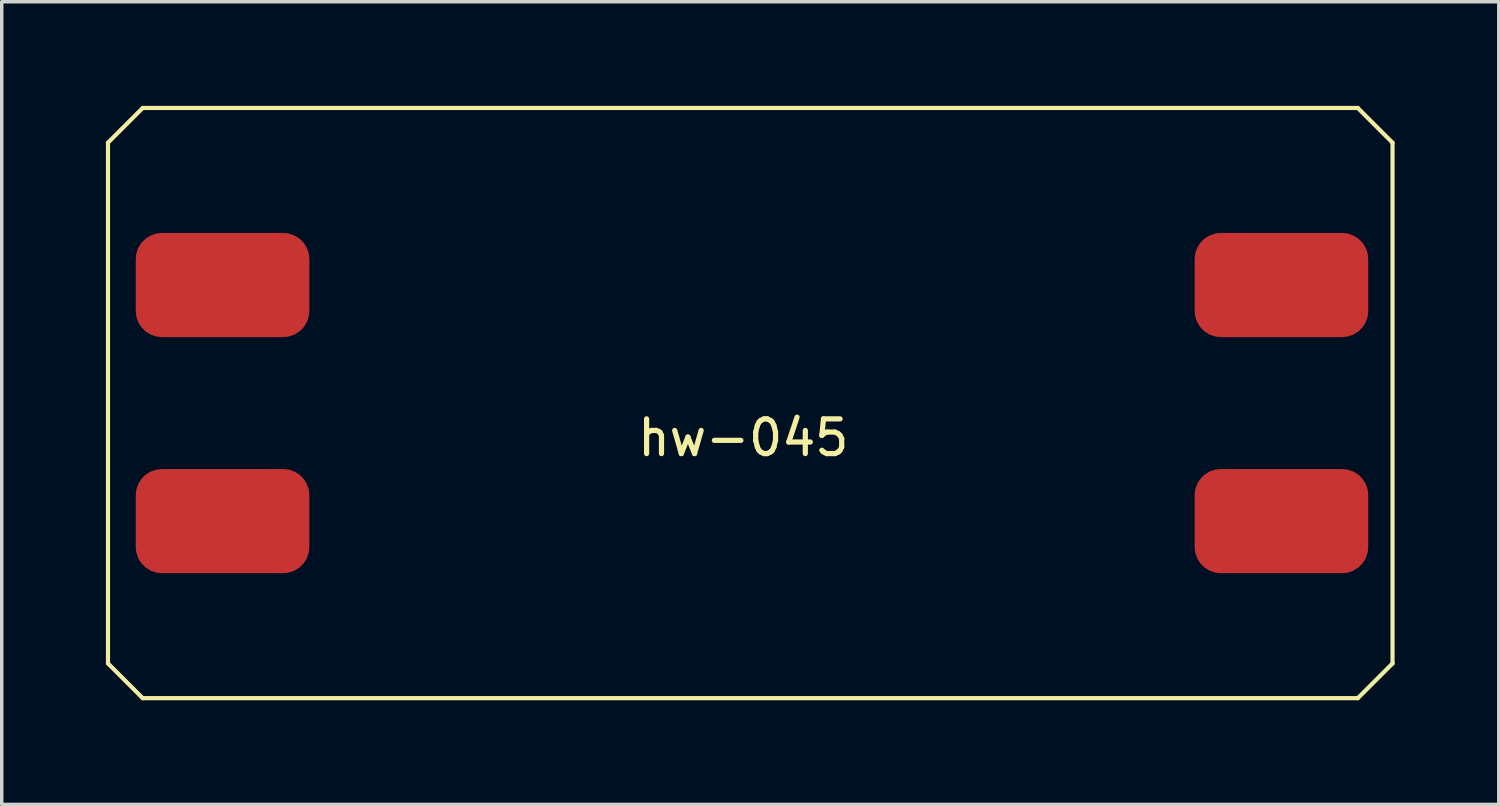
<source format=kicad_pcb>
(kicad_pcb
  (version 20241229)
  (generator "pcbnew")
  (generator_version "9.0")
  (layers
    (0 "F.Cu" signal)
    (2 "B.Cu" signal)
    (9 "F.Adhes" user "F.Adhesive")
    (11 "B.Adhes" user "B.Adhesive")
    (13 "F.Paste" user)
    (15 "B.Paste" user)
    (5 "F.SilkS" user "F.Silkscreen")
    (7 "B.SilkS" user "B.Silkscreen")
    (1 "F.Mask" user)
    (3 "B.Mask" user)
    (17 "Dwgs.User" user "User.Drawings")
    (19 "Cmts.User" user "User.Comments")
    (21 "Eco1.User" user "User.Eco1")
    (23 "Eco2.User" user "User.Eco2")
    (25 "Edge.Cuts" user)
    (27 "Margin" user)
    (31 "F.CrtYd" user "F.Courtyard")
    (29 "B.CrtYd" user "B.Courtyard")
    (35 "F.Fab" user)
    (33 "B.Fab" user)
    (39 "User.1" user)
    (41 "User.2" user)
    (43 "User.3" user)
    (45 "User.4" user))
  (footprint "hw-045"
    (layer "F.Cu")
    (at 18.36 9.06)
    (property "Reference" "hw-045" (at 0 0.5 0) (layer "F.SilkS") (effects (font (size 1 1) (thickness 0.15))))
    (attr through_hole)
    (fp_line (start -18.3 -8) (end -17.3 -9) (stroke (width 0.12) (type solid)) (layer "F.SilkS"))
    (fp_line (start -18.3 7) (end -18.3 -8) (stroke (width 0.12) (type solid)) (layer "F.SilkS"))
    (fp_line (start -18.3 7) (end -17.3 8) (stroke (width 0.12) (type solid)) (layer "F.SilkS"))
    (fp_line (start -17.3 -9) (end 17.7 -9) (stroke (width 0.12) (type solid)) (layer "F.SilkS"))
    (fp_line (start -17.3 8) (end 17.7 8) (stroke (width 0.12) (type solid)) (layer "F.SilkS"))
    (fp_line (start 17.7 8) (end 18.7 7) (stroke (width 0.12) (type solid)) (layer "F.SilkS"))
    (fp_line (start 18.7 -8) (end 17.7 -9) (stroke (width 0.12) (type solid)) (layer "F.SilkS"))
    (fp_line (start 18.7 7) (end 18.7 -8) (stroke (width 0.12) (type solid)) (layer "F.SilkS"))
    (pad "1" smd roundrect (at -15 2.9) (size 5 3) (layers "F.Cu" "F.Mask" "F.Paste") (roundrect_rratio 0.25))
    (pad "2" smd roundrect (at -15 -3.9) (size 5 3) (layers "F.Cu" "F.Mask" "F.Paste") (roundrect_rratio 0.25))
    (pad "3" smd roundrect (at 15.5 -3.9) (size 5 3) (layers "F.Cu" "F.Mask" "F.Paste") (roundrect_rratio 0.25))
    (pad "4" smd roundrect (at 15.5 2.9) (size 5 3) (layers "F.Cu" "F.Mask" "F.Paste") (roundrect_rratio 0.25)))
  (gr_rect
    (start -3 -3)
    (end 40.12 20.12)
    (stroke (width 0.1) (type default))
    (fill no)
    (layer "Edge.Cuts")))
</source>
